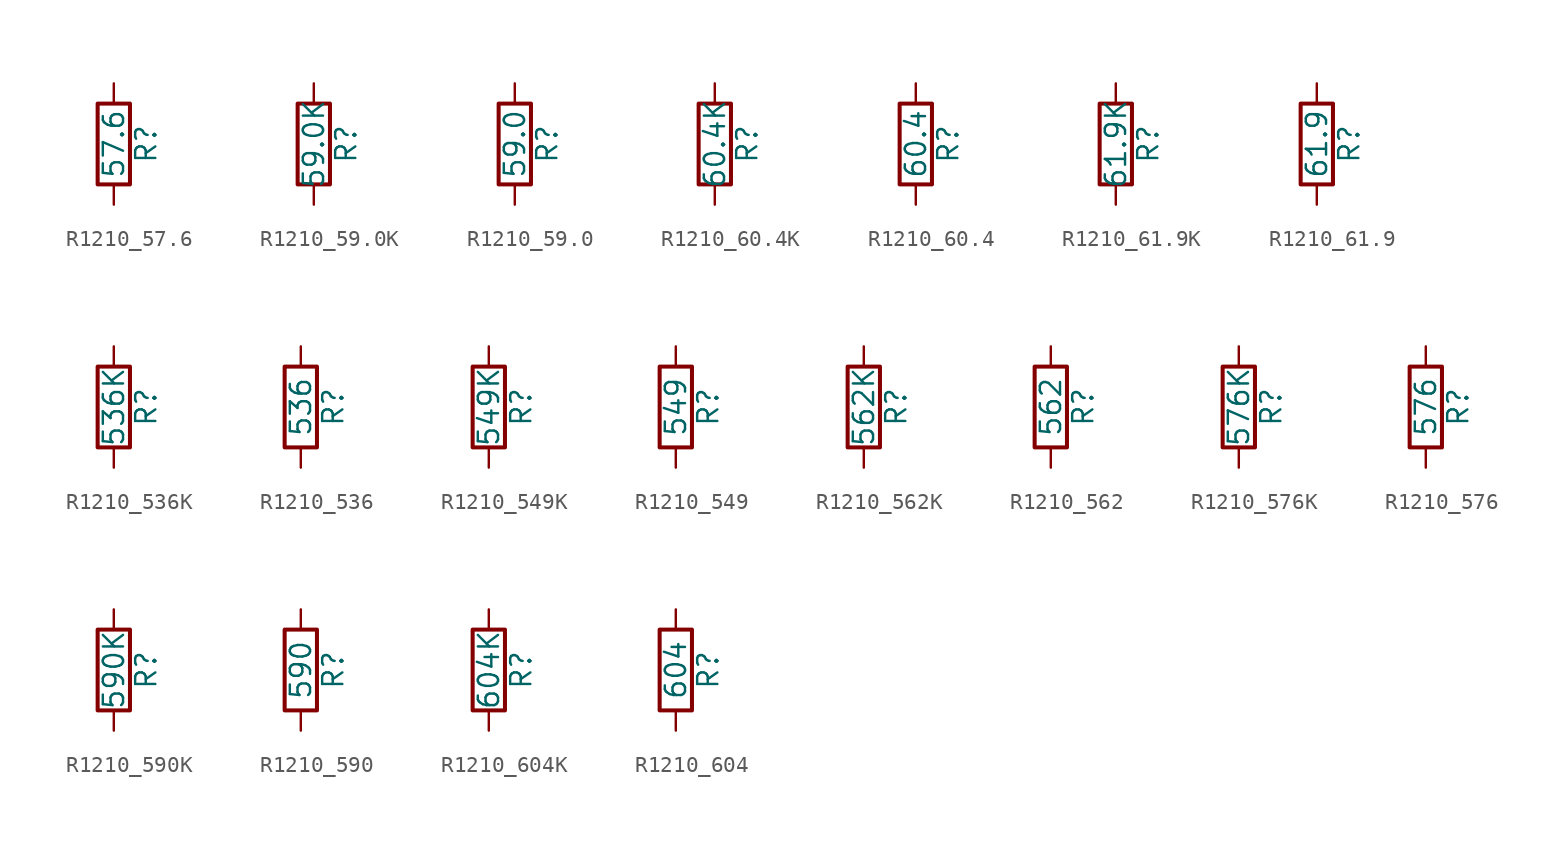
<source format=kicad_sym>
(kicad_symbol_lib
  (version 20211014)
  (generator atlantix-eda)
  (symbol "R1210_57.6"
    (pin_numbers hide)
    (pin_names
      (offset 0))
    (property "Reference" "R"
      (at 2.032 0 90)
      (effects (font (size 1.27 1.27))))
    (property "Value" "57.6"
      (at 0 0 90)
      (effects (font (size 1.27 1.27))))
    (symbol "R1210_57.6_0_1"
      (rectangle (start -1.016 -2.54) (end 1.016 2.54) (stroke (width 0.254) (type default) (color 0 0 0 0)) (fill (type none))))
    (symbol "R1210_57.6_1_1"
      (pin passive line (at 0 3.81 270) (length 1.27) (name "~" (effects (font (size 1.27 1.27)))) (number "1" (effects (font (size 1.27 1.27)))))
      (pin passive line (at 0 -3.81 90) (length 1.27) (name "~" (effects (font (size 1.27 1.27)))) (number "2" (effects (font (size 1.27 1.27)))))))
  (symbol "R1210_59.0K"
    (pin_numbers hide)
    (pin_names
      (offset 0))
    (property "Reference" "R"
      (at 2.032 0 90)
      (effects (font (size 1.27 1.27))))
    (property "Value" "59.0K"
      (at 0 0 90)
      (effects (font (size 1.27 1.27))))
    (symbol "R1210_59.0K_0_1"
      (rectangle (start -1.016 -2.54) (end 1.016 2.54) (stroke (width 0.254) (type default) (color 0 0 0 0)) (fill (type none))))
    (symbol "R1210_59.0K_1_1"
      (pin passive line (at 0 3.81 270) (length 1.27) (name "~" (effects (font (size 1.27 1.27)))) (number "1" (effects (font (size 1.27 1.27)))))
      (pin passive line (at 0 -3.81 90) (length 1.27) (name "~" (effects (font (size 1.27 1.27)))) (number "2" (effects (font (size 1.27 1.27)))))))
  (symbol "R1210_59.0"
    (pin_numbers hide)
    (pin_names
      (offset 0))
    (property "Reference" "R"
      (at 2.032 0 90)
      (effects (font (size 1.27 1.27))))
    (property "Value" "59.0"
      (at 0 0 90)
      (effects (font (size 1.27 1.27))))
    (symbol "R1210_59.0_0_1"
      (rectangle (start -1.016 -2.54) (end 1.016 2.54) (stroke (width 0.254) (type default) (color 0 0 0 0)) (fill (type none))))
    (symbol "R1210_59.0_1_1"
      (pin passive line (at 0 3.81 270) (length 1.27) (name "~" (effects (font (size 1.27 1.27)))) (number "1" (effects (font (size 1.27 1.27)))))
      (pin passive line (at 0 -3.81 90) (length 1.27) (name "~" (effects (font (size 1.27 1.27)))) (number "2" (effects (font (size 1.27 1.27)))))))
  (symbol "R1210_60.4K"
    (pin_numbers hide)
    (pin_names
      (offset 0))
    (property "Reference" "R"
      (at 2.032 0 90)
      (effects (font (size 1.27 1.27))))
    (property "Value" "60.4K"
      (at 0 0 90)
      (effects (font (size 1.27 1.27))))
    (symbol "R1210_60.4K_0_1"
      (rectangle (start -1.016 -2.54) (end 1.016 2.54) (stroke (width 0.254) (type default) (color 0 0 0 0)) (fill (type none))))
    (symbol "R1210_60.4K_1_1"
      (pin passive line (at 0 3.81 270) (length 1.27) (name "~" (effects (font (size 1.27 1.27)))) (number "1" (effects (font (size 1.27 1.27)))))
      (pin passive line (at 0 -3.81 90) (length 1.27) (name "~" (effects (font (size 1.27 1.27)))) (number "2" (effects (font (size 1.27 1.27)))))))
  (symbol "R1210_60.4"
    (pin_numbers hide)
    (pin_names
      (offset 0))
    (property "Reference" "R"
      (at 2.032 0 90)
      (effects (font (size 1.27 1.27))))
    (property "Value" "60.4"
      (at 0 0 90)
      (effects (font (size 1.27 1.27))))
    (symbol "R1210_60.4_0_1"
      (rectangle (start -1.016 -2.54) (end 1.016 2.54) (stroke (width 0.254) (type default) (color 0 0 0 0)) (fill (type none))))
    (symbol "R1210_60.4_1_1"
      (pin passive line (at 0 3.81 270) (length 1.27) (name "~" (effects (font (size 1.27 1.27)))) (number "1" (effects (font (size 1.27 1.27)))))
      (pin passive line (at 0 -3.81 90) (length 1.27) (name "~" (effects (font (size 1.27 1.27)))) (number "2" (effects (font (size 1.27 1.27)))))))
  (symbol "R1210_61.9K"
    (pin_numbers hide)
    (pin_names
      (offset 0))
    (property "Reference" "R"
      (at 2.032 0 90)
      (effects (font (size 1.27 1.27))))
    (property "Value" "61.9K"
      (at 0 0 90)
      (effects (font (size 1.27 1.27))))
    (symbol "R1210_61.9K_0_1"
      (rectangle (start -1.016 -2.54) (end 1.016 2.54) (stroke (width 0.254) (type default) (color 0 0 0 0)) (fill (type none))))
    (symbol "R1210_61.9K_1_1"
      (pin passive line (at 0 3.81 270) (length 1.27) (name "~" (effects (font (size 1.27 1.27)))) (number "1" (effects (font (size 1.27 1.27)))))
      (pin passive line (at 0 -3.81 90) (length 1.27) (name "~" (effects (font (size 1.27 1.27)))) (number "2" (effects (font (size 1.27 1.27)))))))
  (symbol "R1210_61.9"
    (pin_numbers hide)
    (pin_names
      (offset 0))
    (property "Reference" "R"
      (at 2.032 0 90)
      (effects (font (size 1.27 1.27))))
    (property "Value" "61.9"
      (at 0 0 90)
      (effects (font (size 1.27 1.27))))
    (symbol "R1210_61.9_0_1"
      (rectangle (start -1.016 -2.54) (end 1.016 2.54) (stroke (width 0.254) (type default) (color 0 0 0 0)) (fill (type none))))
    (symbol "R1210_61.9_1_1"
      (pin passive line (at 0 3.81 270) (length 1.27) (name "~" (effects (font (size 1.27 1.27)))) (number "1" (effects (font (size 1.27 1.27)))))
      (pin passive line (at 0 -3.81 90) (length 1.27) (name "~" (effects (font (size 1.27 1.27)))) (number "2" (effects (font (size 1.27 1.27)))))))
  (symbol "R1210_536K"
    (pin_numbers hide)
    (pin_names
      (offset 0))
    (property "Reference" "R"
      (at 2.032 0 90)
      (effects (font (size 1.27 1.27))))
    (property "Value" "536K"
      (at 0 0 90)
      (effects (font (size 1.27 1.27))))
    (symbol "R1210_536K_0_1"
      (rectangle (start -1.016 -2.54) (end 1.016 2.54) (stroke (width 0.254) (type default) (color 0 0 0 0)) (fill (type none))))
    (symbol "R1210_536K_1_1"
      (pin passive line (at 0 3.81 270) (length 1.27) (name "~" (effects (font (size 1.27 1.27)))) (number "1" (effects (font (size 1.27 1.27)))))
      (pin passive line (at 0 -3.81 90) (length 1.27) (name "~" (effects (font (size 1.27 1.27)))) (number "2" (effects (font (size 1.27 1.27)))))))
  (symbol "R1210_536"
    (pin_numbers hide)
    (pin_names
      (offset 0))
    (property "Reference" "R"
      (at 2.032 0 90)
      (effects (font (size 1.27 1.27))))
    (property "Value" "536"
      (at 0 0 90)
      (effects (font (size 1.27 1.27))))
    (symbol "R1210_536_0_1"
      (rectangle (start -1.016 -2.54) (end 1.016 2.54) (stroke (width 0.254) (type default) (color 0 0 0 0)) (fill (type none))))
    (symbol "R1210_536_1_1"
      (pin passive line (at 0 3.81 270) (length 1.27) (name "~" (effects (font (size 1.27 1.27)))) (number "1" (effects (font (size 1.27 1.27)))))
      (pin passive line (at 0 -3.81 90) (length 1.27) (name "~" (effects (font (size 1.27 1.27)))) (number "2" (effects (font (size 1.27 1.27)))))))
  (symbol "R1210_549K"
    (pin_numbers hide)
    (pin_names
      (offset 0))
    (property "Reference" "R"
      (at 2.032 0 90)
      (effects (font (size 1.27 1.27))))
    (property "Value" "549K"
      (at 0 0 90)
      (effects (font (size 1.27 1.27))))
    (symbol "R1210_549K_0_1"
      (rectangle (start -1.016 -2.54) (end 1.016 2.54) (stroke (width 0.254) (type default) (color 0 0 0 0)) (fill (type none))))
    (symbol "R1210_549K_1_1"
      (pin passive line (at 0 3.81 270) (length 1.27) (name "~" (effects (font (size 1.27 1.27)))) (number "1" (effects (font (size 1.27 1.27)))))
      (pin passive line (at 0 -3.81 90) (length 1.27) (name "~" (effects (font (size 1.27 1.27)))) (number "2" (effects (font (size 1.27 1.27)))))))
  (symbol "R1210_549"
    (pin_numbers hide)
    (pin_names
      (offset 0))
    (property "Reference" "R"
      (at 2.032 0 90)
      (effects (font (size 1.27 1.27))))
    (property "Value" "549"
      (at 0 0 90)
      (effects (font (size 1.27 1.27))))
    (symbol "R1210_549_0_1"
      (rectangle (start -1.016 -2.54) (end 1.016 2.54) (stroke (width 0.254) (type default) (color 0 0 0 0)) (fill (type none))))
    (symbol "R1210_549_1_1"
      (pin passive line (at 0 3.81 270) (length 1.27) (name "~" (effects (font (size 1.27 1.27)))) (number "1" (effects (font (size 1.27 1.27)))))
      (pin passive line (at 0 -3.81 90) (length 1.27) (name "~" (effects (font (size 1.27 1.27)))) (number "2" (effects (font (size 1.27 1.27)))))))
  (symbol "R1210_562K"
    (pin_numbers hide)
    (pin_names
      (offset 0))
    (property "Reference" "R"
      (at 2.032 0 90)
      (effects (font (size 1.27 1.27))))
    (property "Value" "562K"
      (at 0 0 90)
      (effects (font (size 1.27 1.27))))
    (symbol "R1210_562K_0_1"
      (rectangle (start -1.016 -2.54) (end 1.016 2.54) (stroke (width 0.254) (type default) (color 0 0 0 0)) (fill (type none))))
    (symbol "R1210_562K_1_1"
      (pin passive line (at 0 3.81 270) (length 1.27) (name "~" (effects (font (size 1.27 1.27)))) (number "1" (effects (font (size 1.27 1.27)))))
      (pin passive line (at 0 -3.81 90) (length 1.27) (name "~" (effects (font (size 1.27 1.27)))) (number "2" (effects (font (size 1.27 1.27)))))))
  (symbol "R1210_562"
    (pin_numbers hide)
    (pin_names
      (offset 0))
    (property "Reference" "R"
      (at 2.032 0 90)
      (effects (font (size 1.27 1.27))))
    (property "Value" "562"
      (at 0 0 90)
      (effects (font (size 1.27 1.27))))
    (symbol "R1210_562_0_1"
      (rectangle (start -1.016 -2.54) (end 1.016 2.54) (stroke (width 0.254) (type default) (color 0 0 0 0)) (fill (type none))))
    (symbol "R1210_562_1_1"
      (pin passive line (at 0 3.81 270) (length 1.27) (name "~" (effects (font (size 1.27 1.27)))) (number "1" (effects (font (size 1.27 1.27)))))
      (pin passive line (at 0 -3.81 90) (length 1.27) (name "~" (effects (font (size 1.27 1.27)))) (number "2" (effects (font (size 1.27 1.27)))))))
  (symbol "R1210_576K"
    (pin_numbers hide)
    (pin_names
      (offset 0))
    (property "Reference" "R"
      (at 2.032 0 90)
      (effects (font (size 1.27 1.27))))
    (property "Value" "576K"
      (at 0 0 90)
      (effects (font (size 1.27 1.27))))
    (symbol "R1210_576K_0_1"
      (rectangle (start -1.016 -2.54) (end 1.016 2.54) (stroke (width 0.254) (type default) (color 0 0 0 0)) (fill (type none))))
    (symbol "R1210_576K_1_1"
      (pin passive line (at 0 3.81 270) (length 1.27) (name "~" (effects (font (size 1.27 1.27)))) (number "1" (effects (font (size 1.27 1.27)))))
      (pin passive line (at 0 -3.81 90) (length 1.27) (name "~" (effects (font (size 1.27 1.27)))) (number "2" (effects (font (size 1.27 1.27)))))))
  (symbol "R1210_576"
    (pin_numbers hide)
    (pin_names
      (offset 0))
    (property "Reference" "R"
      (at 2.032 0 90)
      (effects (font (size 1.27 1.27))))
    (property "Value" "576"
      (at 0 0 90)
      (effects (font (size 1.27 1.27))))
    (symbol "R1210_576_0_1"
      (rectangle (start -1.016 -2.54) (end 1.016 2.54) (stroke (width 0.254) (type default) (color 0 0 0 0)) (fill (type none))))
    (symbol "R1210_576_1_1"
      (pin passive line (at 0 3.81 270) (length 1.27) (name "~" (effects (font (size 1.27 1.27)))) (number "1" (effects (font (size 1.27 1.27)))))
      (pin passive line (at 0 -3.81 90) (length 1.27) (name "~" (effects (font (size 1.27 1.27)))) (number "2" (effects (font (size 1.27 1.27)))))))
  (symbol "R1210_590K"
    (pin_numbers hide)
    (pin_names
      (offset 0))
    (property "Reference" "R"
      (at 2.032 0 90)
      (effects (font (size 1.27 1.27))))
    (property "Value" "590K"
      (at 0 0 90)
      (effects (font (size 1.27 1.27))))
    (symbol "R1210_590K_0_1"
      (rectangle (start -1.016 -2.54) (end 1.016 2.54) (stroke (width 0.254) (type default) (color 0 0 0 0)) (fill (type none))))
    (symbol "R1210_590K_1_1"
      (pin passive line (at 0 3.81 270) (length 1.27) (name "~" (effects (font (size 1.27 1.27)))) (number "1" (effects (font (size 1.27 1.27)))))
      (pin passive line (at 0 -3.81 90) (length 1.27) (name "~" (effects (font (size 1.27 1.27)))) (number "2" (effects (font (size 1.27 1.27)))))))
  (symbol "R1210_590"
    (pin_numbers hide)
    (pin_names
      (offset 0))
    (property "Reference" "R"
      (at 2.032 0 90)
      (effects (font (size 1.27 1.27))))
    (property "Value" "590"
      (at 0 0 90)
      (effects (font (size 1.27 1.27))))
    (symbol "R1210_590_0_1"
      (rectangle (start -1.016 -2.54) (end 1.016 2.54) (stroke (width 0.254) (type default) (color 0 0 0 0)) (fill (type none))))
    (symbol "R1210_590_1_1"
      (pin passive line (at 0 3.81 270) (length 1.27) (name "~" (effects (font (size 1.27 1.27)))) (number "1" (effects (font (size 1.27 1.27)))))
      (pin passive line (at 0 -3.81 90) (length 1.27) (name "~" (effects (font (size 1.27 1.27)))) (number "2" (effects (font (size 1.27 1.27)))))))
  (symbol "R1210_604K"
    (pin_numbers hide)
    (pin_names
      (offset 0))
    (property "Reference" "R"
      (at 2.032 0 90)
      (effects (font (size 1.27 1.27))))
    (property "Value" "604K"
      (at 0 0 90)
      (effects (font (size 1.27 1.27))))
    (symbol "R1210_604K_0_1"
      (rectangle (start -1.016 -2.54) (end 1.016 2.54) (stroke (width 0.254) (type default) (color 0 0 0 0)) (fill (type none))))
    (symbol "R1210_604K_1_1"
      (pin passive line (at 0 3.81 270) (length 1.27) (name "~" (effects (font (size 1.27 1.27)))) (number "1" (effects (font (size 1.27 1.27)))))
      (pin passive line (at 0 -3.81 90) (length 1.27) (name "~" (effects (font (size 1.27 1.27)))) (number "2" (effects (font (size 1.27 1.27)))))))
  (symbol "R1210_604"
    (pin_numbers hide)
    (pin_names
      (offset 0))
    (property "Reference" "R"
      (at 2.032 0 90)
      (effects (font (size 1.27 1.27))))
    (property "Value" "604"
      (at 0 0 90)
      (effects (font (size 1.27 1.27))))
    (symbol "R1210_604_0_1"
      (rectangle (start -1.016 -2.54) (end 1.016 2.54) (stroke (width 0.254) (type default) (color 0 0 0 0)) (fill (type none))))
    (symbol "R1210_604_1_1"
      (pin passive line (at 0 3.81 270) (length 1.27) (name "~" (effects (font (size 1.27 1.27)))) (number "1" (effects (font (size 1.27 1.27)))))
      (pin passive line (at 0 -3.81 90) (length 1.27) (name "~" (effects (font (size 1.27 1.27)))) (number "2" (effects (font (size 1.27 1.27))))))))
</source>
